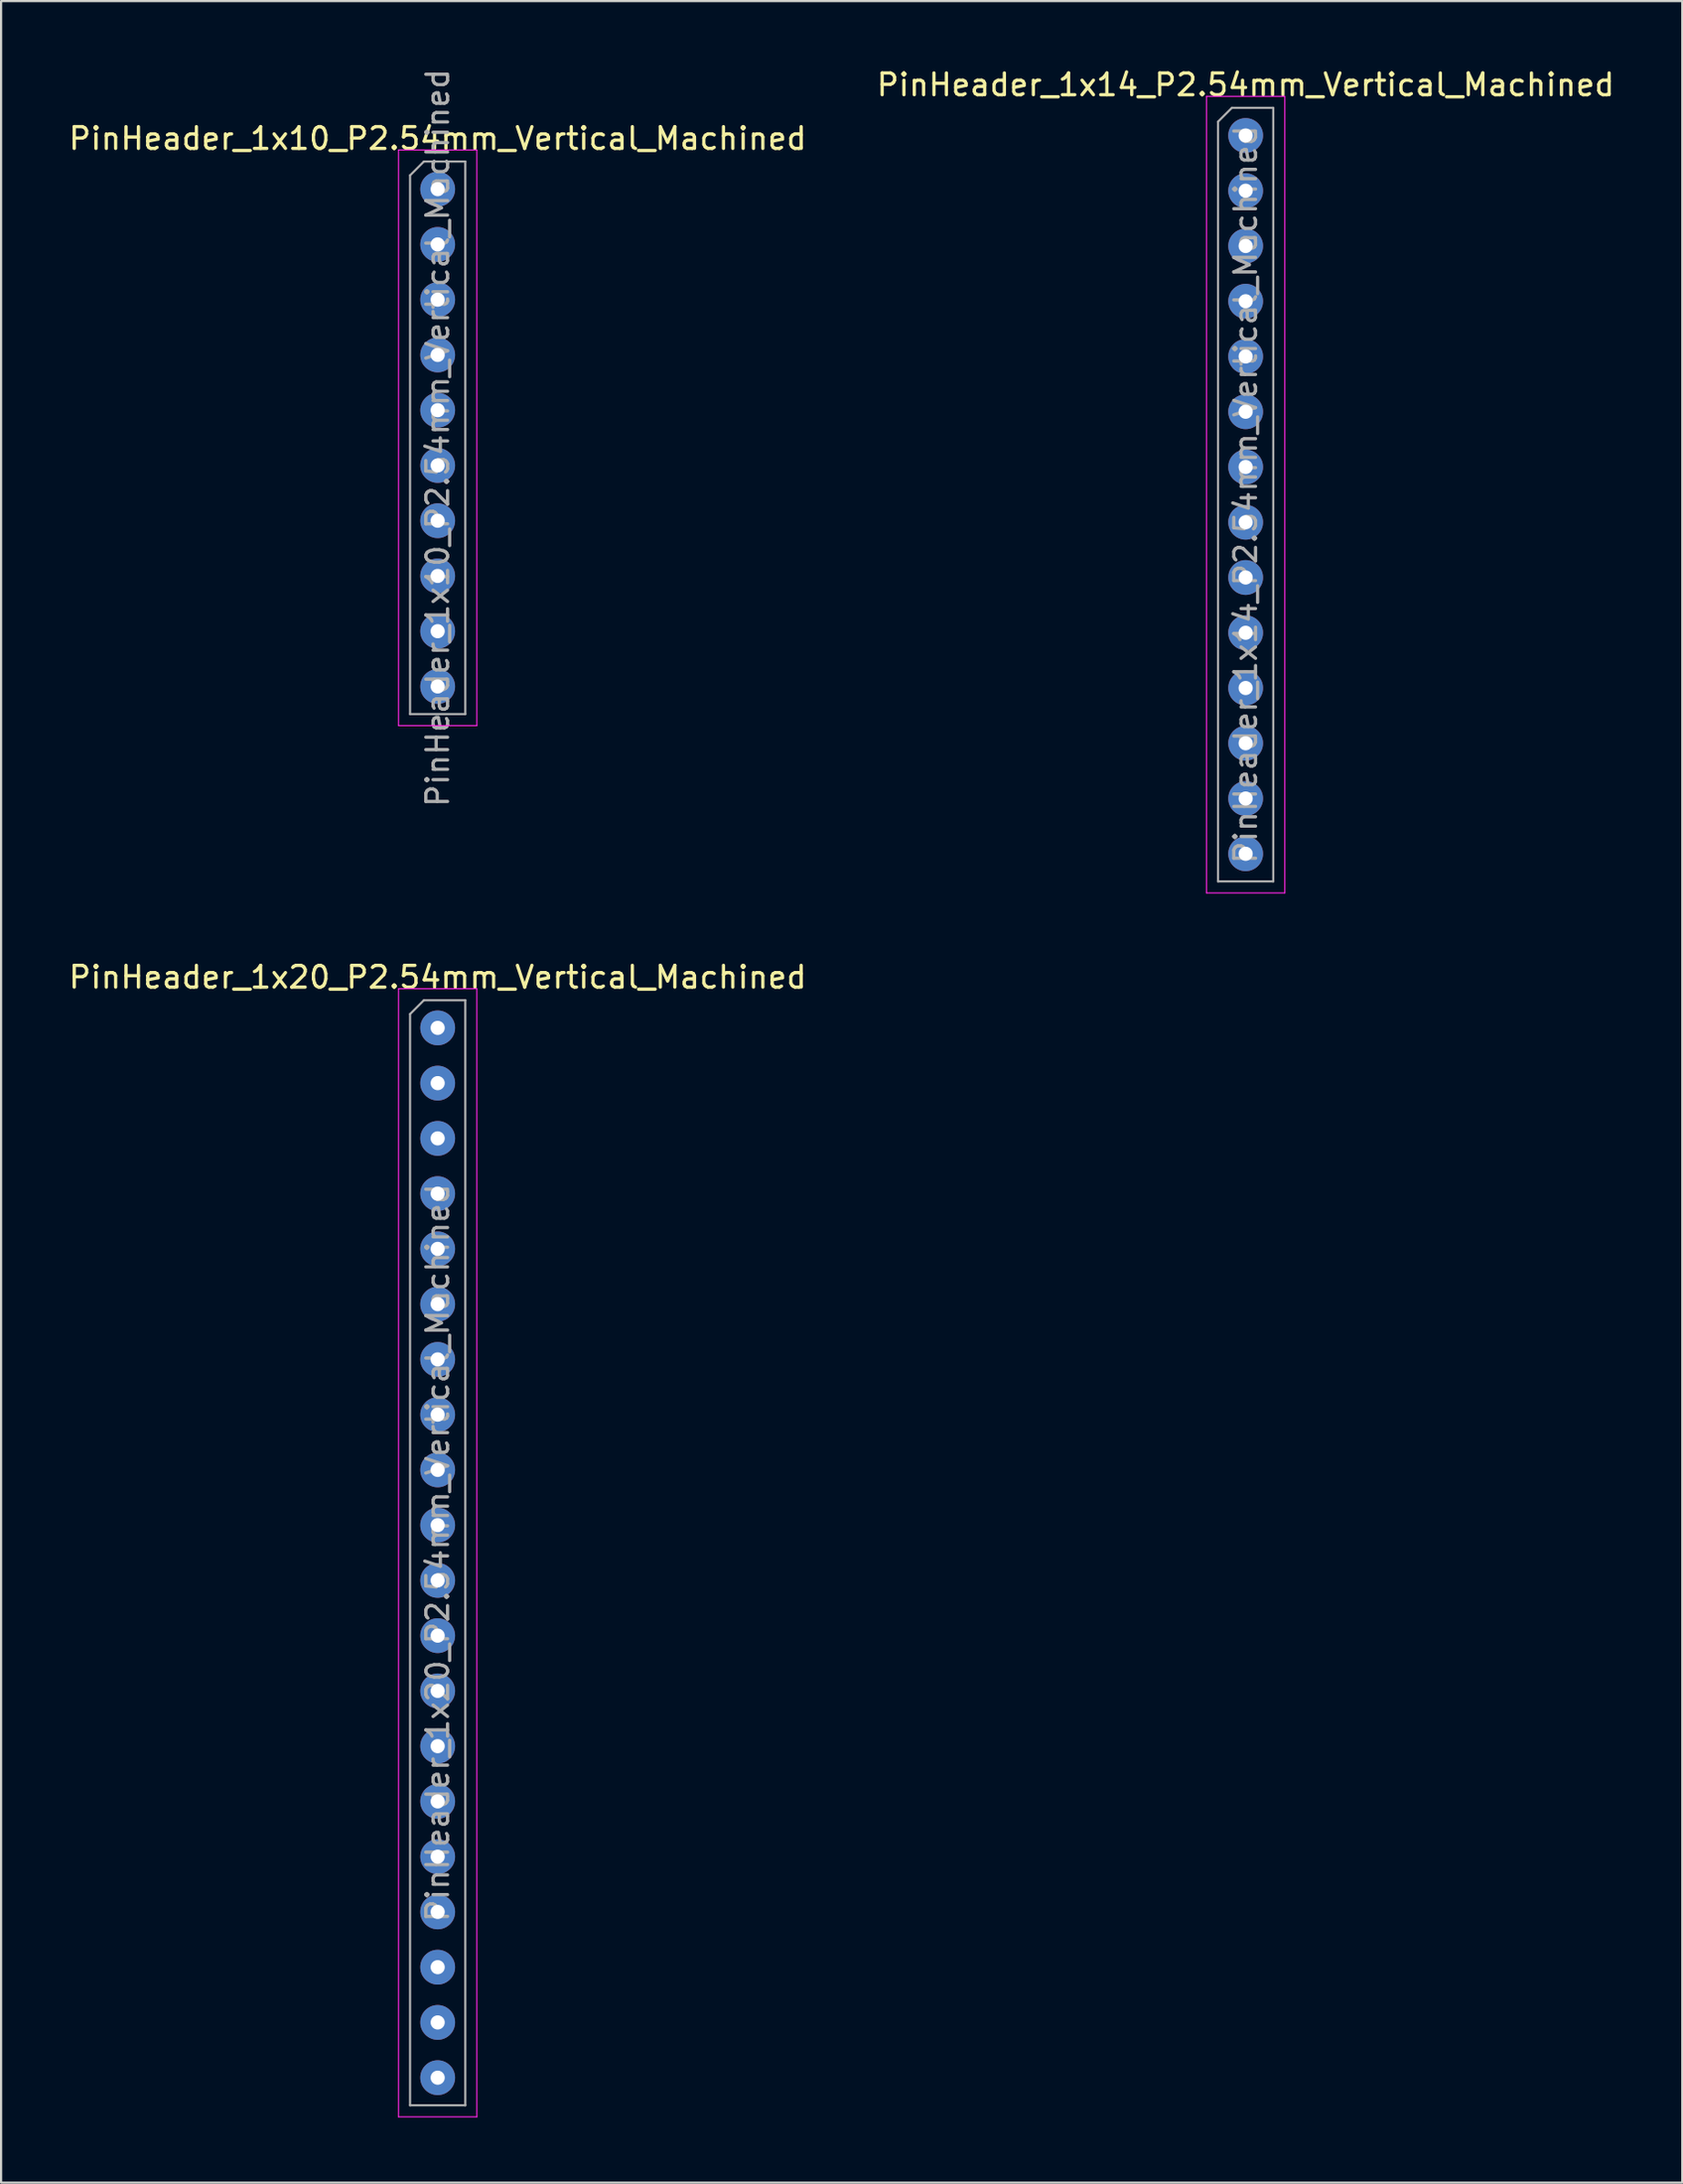
<source format=kicad_pcb>
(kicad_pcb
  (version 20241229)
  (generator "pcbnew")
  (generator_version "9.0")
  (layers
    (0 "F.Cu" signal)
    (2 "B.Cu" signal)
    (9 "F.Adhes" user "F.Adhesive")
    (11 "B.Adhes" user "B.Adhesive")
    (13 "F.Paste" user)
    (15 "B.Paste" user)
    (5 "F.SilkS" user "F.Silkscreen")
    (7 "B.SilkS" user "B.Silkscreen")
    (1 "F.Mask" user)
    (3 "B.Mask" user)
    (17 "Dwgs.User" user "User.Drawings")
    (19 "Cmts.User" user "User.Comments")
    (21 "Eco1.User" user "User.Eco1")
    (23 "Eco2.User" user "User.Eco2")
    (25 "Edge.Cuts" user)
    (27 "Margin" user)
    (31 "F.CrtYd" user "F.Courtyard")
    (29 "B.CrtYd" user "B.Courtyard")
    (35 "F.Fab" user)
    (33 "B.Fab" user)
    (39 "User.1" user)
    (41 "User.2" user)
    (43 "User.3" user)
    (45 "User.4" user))
  (footprint "PinHeader_1x20_P2.54mm_Vertical_Machined"
    (layer "F.Cu")
    (at 17.077 44.202)
    (property "Reference" "PinHeader_1x20_P2.54mm_Vertical_Machined" (at 0 -2.33 0) (layer "F.SilkS") (effects (font (size 1 1) (thickness 0.15))))
    (attr through_hole)
    (fp_line (start -1.8 -1.8) (end -1.8 50.06) (stroke (width 0.05) (type solid)) (layer "F.CrtYd"))
    (fp_line (start -1.8 50.06) (end 1.8 50.06) (stroke (width 0.05) (type solid)) (layer "F.CrtYd"))
    (fp_line (start 1.8 -1.8) (end -1.8 -1.8) (stroke (width 0.05) (type solid)) (layer "F.CrtYd"))
    (fp_line (start 1.8 50.06) (end 1.8 -1.8) (stroke (width 0.05) (type solid)) (layer "F.CrtYd"))
    (fp_line (start -1.27 -0.635) (end -0.635 -1.27) (stroke (width 0.1) (type solid)) (layer "F.Fab"))
    (fp_line (start -1.27 49.53) (end -1.27 -0.635) (stroke (width 0.1) (type solid)) (layer "F.Fab"))
    (fp_line (start -0.635 -1.27) (end 1.27 -1.27) (stroke (width 0.1) (type solid)) (layer "F.Fab"))
    (fp_line (start 1.27 -1.27) (end 1.27 49.53) (stroke (width 0.1) (type solid)) (layer "F.Fab"))
    (fp_line (start 1.27 49.53) (end -1.27 49.53) (stroke (width 0.1) (type solid)) (layer "F.Fab"))
    (fp_text user "${REFERENCE}" (at 0 24.13 90) (layer "F.Fab") (effects (font (size 1 1) (thickness 0.15))))
    (pad "1" thru_hole circle (at 0 0) (size 1.6 1.6) (drill 0.65) (layers "*.Cu" "*.Mask"))
    (pad "2" thru_hole circle (at 0 2.54) (size 1.6 1.6) (drill 0.65) (layers "*.Cu" "*.Mask"))
    (pad "3" thru_hole circle (at 0 5.08) (size 1.6 1.6) (drill 0.65) (layers "*.Cu" "*.Mask"))
    (pad "4" thru_hole circle (at 0 7.62) (size 1.6 1.6) (drill 0.65) (layers "*.Cu" "*.Mask"))
    (pad "5" thru_hole circle (at 0 10.16) (size 1.6 1.6) (drill 0.65) (layers "*.Cu" "*.Mask"))
    (pad "6" thru_hole circle (at 0 12.7) (size 1.6 1.6) (drill 0.65) (layers "*.Cu" "*.Mask"))
    (pad "7" thru_hole circle (at 0 15.24) (size 1.6 1.6) (drill 0.65) (layers "*.Cu" "*.Mask"))
    (pad "8" thru_hole circle (at 0 17.78) (size 1.6 1.6) (drill 0.65) (layers "*.Cu" "*.Mask"))
    (pad "9" thru_hole circle (at 0 20.32) (size 1.6 1.6) (drill 0.65) (layers "*.Cu" "*.Mask"))
    (pad "10" thru_hole circle (at 0 22.86) (size 1.6 1.6) (drill 0.65) (layers "*.Cu" "*.Mask"))
    (pad "11" thru_hole circle (at 0 25.4) (size 1.6 1.6) (drill 0.65) (layers "*.Cu" "*.Mask"))
    (pad "12" thru_hole circle (at 0 27.94) (size 1.6 1.6) (drill 0.65) (layers "*.Cu" "*.Mask"))
    (pad "13" thru_hole circle (at 0 30.48) (size 1.6 1.6) (drill 0.65) (layers "*.Cu" "*.Mask"))
    (pad "14" thru_hole circle (at 0 33.02) (size 1.6 1.6) (drill 0.65) (layers "*.Cu" "*.Mask"))
    (pad "15" thru_hole circle (at 0 35.56) (size 1.6 1.6) (drill 0.65) (layers "*.Cu" "*.Mask"))
    (pad "16" thru_hole circle (at 0 38.1) (size 1.6 1.6) (drill 0.65) (layers "*.Cu" "*.Mask"))
    (pad "17" thru_hole circle (at 0 40.64) (size 1.6 1.6) (drill 0.65) (layers "*.Cu" "*.Mask"))
    (pad "18" thru_hole circle (at 0 43.18) (size 1.6 1.6) (drill 0.65) (layers "*.Cu" "*.Mask"))
    (pad "19" thru_hole circle (at 0 45.72) (size 1.6 1.6) (drill 0.65) (layers "*.Cu" "*.Mask"))
    (pad "20" thru_hole circle (at 0 48.26) (size 1.6 1.6) (drill 0.65) (layers "*.Cu" "*.Mask")))
  (footprint "PinHeader_1x10_P2.54mm_Vertical_Machined"
    (layer "F.Cu")
    (at 17.077 5.647)
    (property "Reference" "PinHeader_1x10_P2.54mm_Vertical_Machined" (at 0 -2.33 0) (layer "F.SilkS") (effects (font (size 1 1) (thickness 0.15))))
    (attr through_hole)
    (fp_line (start -1.8 -1.8) (end -1.8 24.66) (stroke (width 0.05) (type solid)) (layer "F.CrtYd"))
    (fp_line (start -1.8 24.66) (end 1.8 24.66) (stroke (width 0.05) (type solid)) (layer "F.CrtYd"))
    (fp_line (start 1.8 -1.8) (end -1.8 -1.8) (stroke (width 0.05) (type solid)) (layer "F.CrtYd"))
    (fp_line (start 1.8 24.66) (end 1.8 -1.8) (stroke (width 0.05) (type solid)) (layer "F.CrtYd"))
    (fp_line (start -1.27 -0.635) (end -0.635 -1.27) (stroke (width 0.1) (type solid)) (layer "F.Fab"))
    (fp_line (start -1.27 24.13) (end -1.27 -0.635) (stroke (width 0.1) (type solid)) (layer "F.Fab"))
    (fp_line (start -0.635 -1.27) (end 1.27 -1.27) (stroke (width 0.1) (type solid)) (layer "F.Fab"))
    (fp_line (start 1.27 -1.27) (end 1.27 24.13) (stroke (width 0.1) (type solid)) (layer "F.Fab"))
    (fp_line (start 1.27 24.13) (end -1.27 24.13) (stroke (width 0.1) (type solid)) (layer "F.Fab"))
    (fp_text user "${REFERENCE}" (at 0 11.43 90) (layer "F.Fab") (effects (font (size 1 1) (thickness 0.15))))
    (pad "1" thru_hole circle (at 0 0) (size 1.6 1.6) (drill 0.65) (layers "*.Cu" "*.Mask"))
    (pad "2" thru_hole circle (at 0 2.54) (size 1.6 1.6) (drill 0.65) (layers "*.Cu" "*.Mask"))
    (pad "3" thru_hole circle (at 0 5.08) (size 1.6 1.6) (drill 0.65) (layers "*.Cu" "*.Mask"))
    (pad "4" thru_hole circle (at 0 7.62) (size 1.6 1.6) (drill 0.65) (layers "*.Cu" "*.Mask"))
    (pad "5" thru_hole circle (at 0 10.16) (size 1.6 1.6) (drill 0.65) (layers "*.Cu" "*.Mask"))
    (pad "6" thru_hole circle (at 0 12.7) (size 1.6 1.6) (drill 0.65) (layers "*.Cu" "*.Mask"))
    (pad "7" thru_hole circle (at 0 15.24) (size 1.6 1.6) (drill 0.65) (layers "*.Cu" "*.Mask"))
    (pad "8" thru_hole circle (at 0 17.78) (size 1.6 1.6) (drill 0.65) (layers "*.Cu" "*.Mask"))
    (pad "9" thru_hole circle (at 0 20.32) (size 1.6 1.6) (drill 0.65) (layers "*.Cu" "*.Mask"))
    (pad "10" thru_hole circle (at 0 22.86) (size 1.6 1.6) (drill 0.65) (layers "*.Cu" "*.Mask")))
  (footprint "PinHeader_1x14_P2.54mm_Vertical_Machined"
    (layer "F.Cu")
    (at 54.232 3.178)
    (property "Reference" "PinHeader_1x14_P2.54mm_Vertical_Machined" (at 0 -2.33 0) (layer "F.SilkS") (effects (font (size 1 1) (thickness 0.15))))
    (attr through_hole)
    (fp_line (start -1.8 -1.8) (end -1.8 34.82) (stroke (width 0.05) (type solid)) (layer "F.CrtYd"))
    (fp_line (start -1.8 34.82) (end 1.8 34.82) (stroke (width 0.05) (type solid)) (layer "F.CrtYd"))
    (fp_line (start 1.8 -1.8) (end -1.8 -1.8) (stroke (width 0.05) (type solid)) (layer "F.CrtYd"))
    (fp_line (start 1.8 34.82) (end 1.8 -1.8) (stroke (width 0.05) (type solid)) (layer "F.CrtYd"))
    (fp_line (start -1.27 -0.635) (end -0.635 -1.27) (stroke (width 0.1) (type solid)) (layer "F.Fab"))
    (fp_line (start -1.27 34.29) (end -1.27 -0.635) (stroke (width 0.1) (type solid)) (layer "F.Fab"))
    (fp_line (start -0.635 -1.27) (end 1.27 -1.27) (stroke (width 0.1) (type solid)) (layer "F.Fab"))
    (fp_line (start 1.27 -1.27) (end 1.27 34.29) (stroke (width 0.1) (type solid)) (layer "F.Fab"))
    (fp_line (start 1.27 34.29) (end -1.27 34.29) (stroke (width 0.1) (type solid)) (layer "F.Fab"))
    (fp_text user "${REFERENCE}" (at 0 16.51 90) (layer "F.Fab") (effects (font (size 1 1) (thickness 0.15))))
    (pad "1" thru_hole circle (at 0 0) (size 1.6 1.6) (drill 0.65) (layers "*.Cu" "*.Mask"))
    (pad "2" thru_hole circle (at 0 2.54) (size 1.6 1.6) (drill 0.65) (layers "*.Cu" "*.Mask"))
    (pad "3" thru_hole circle (at 0 5.08) (size 1.6 1.6) (drill 0.65) (layers "*.Cu" "*.Mask"))
    (pad "4" thru_hole circle (at 0 7.62) (size 1.6 1.6) (drill 0.65) (layers "*.Cu" "*.Mask"))
    (pad "5" thru_hole circle (at 0 10.16) (size 1.6 1.6) (drill 0.65) (layers "*.Cu" "*.Mask"))
    (pad "6" thru_hole circle (at 0 12.7) (size 1.6 1.6) (drill 0.65) (layers "*.Cu" "*.Mask"))
    (pad "7" thru_hole circle (at 0 15.24) (size 1.6 1.6) (drill 0.65) (layers "*.Cu" "*.Mask"))
    (pad "8" thru_hole circle (at 0 17.78) (size 1.6 1.6) (drill 0.65) (layers "*.Cu" "*.Mask"))
    (pad "9" thru_hole circle (at 0 20.32) (size 1.6 1.6) (drill 0.65) (layers "*.Cu" "*.Mask"))
    (pad "10" thru_hole circle (at 0 22.86) (size 1.6 1.6) (drill 0.65) (layers "*.Cu" "*.Mask"))
    (pad "11" thru_hole circle (at 0 25.4) (size 1.6 1.6) (drill 0.65) (layers "*.Cu" "*.Mask"))
    (pad "12" thru_hole circle (at 0 27.94) (size 1.6 1.6) (drill 0.65) (layers "*.Cu" "*.Mask"))
    (pad "13" thru_hole circle (at 0 30.48) (size 1.6 1.6) (drill 0.65) (layers "*.Cu" "*.Mask"))
    (pad "14" thru_hole circle (at 0 33.02) (size 1.6 1.6) (drill 0.65) (layers "*.Cu" "*.Mask")))
  (gr_rect
    (start -3 -3)
    (end 74.31 97.287)
    (stroke (width 0.1) (type default))
    (fill no)
    (layer "Edge.Cuts")))
</source>
